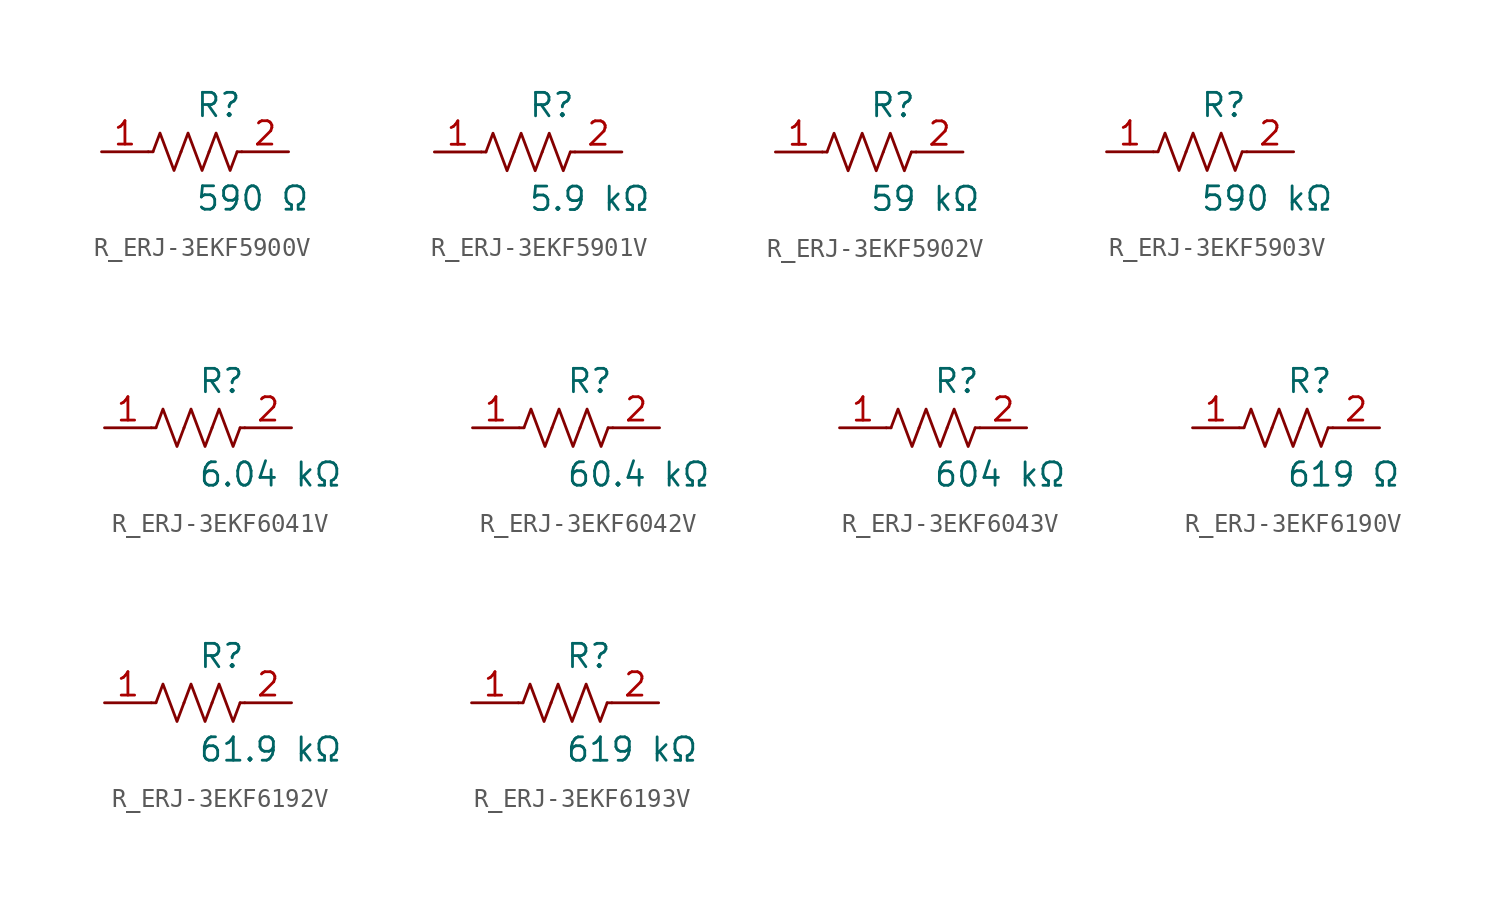
<source format=kicad_sym>
(kicad_symbol_lib
  (version 20231120)
  (generator kicad_symbol_editor)
  (generator_version 8.0)
  (symbol "R_ERJ-3EKF5900V"
    (pin_names
      (offset 0.254))
    (property "Reference" "R"
      (at 0.0 2.54 0)
      (effects (font (size 1.27 1.27)) (justify left)))
    (property "Value" "590 Ω"
      (at 0.0 -2.54 0)
      (effects (font (size 1.27 1.27)) (justify left)))
    (symbol "R_ERJ-3EKF5900V_0_1"
      (polyline (pts (xy 2.286 0) (xy 2.54 0)) (stroke (width 0) (type default)) (fill (type none)))
      (polyline (pts (xy -2.286 0) (xy -2.54 0)) (stroke (width 0) (type default)) (fill (type none)))
      (polyline (pts (xy 0.762 0) (xy 1.143 1.016) (xy 1.524 0) (xy 1.905 -1.016) (xy 2.286 0)) (stroke (width 0) (type default)) (fill (type none)))
      (polyline (pts (xy -0.762 0) (xy -0.381 1.016) (xy 0 0) (xy 0.381 -1.016) (xy 0.762 0)) (stroke (width 0) (type default)) (fill (type none)))
      (polyline (pts (xy -2.286 0) (xy -1.905 1.016) (xy -1.524 0) (xy -1.143 -1.016) (xy -0.762 0)) (stroke (width 0) (type default)) (fill (type none))))
    (pin unspecified line
      (at -5.08 0 0)
      (length 2.54)
      (name "" (effects (font (size 1.27 1.27))))
      (number "1" (effects (font (size 1.27 1.27)))))
    (pin unspecified line
      (at 5.08 0 180)
      (length 2.54)
      (name "" (effects (font (size 1.27 1.27))))
      (number "2" (effects (font (size 1.27 1.27))))))
  (symbol "R_ERJ-3EKF5901V"
    (pin_names
      (offset 0.254))
    (property "Reference" "R"
      (at 0.0 2.54 0)
      (effects (font (size 1.27 1.27)) (justify left)))
    (property "Value" "5.9 kΩ"
      (at 0.0 -2.54 0)
      (effects (font (size 1.27 1.27)) (justify left)))
    (symbol "R_ERJ-3EKF5901V_0_1"
      (polyline (pts (xy 2.286 0) (xy 2.54 0)) (stroke (width 0) (type default)) (fill (type none)))
      (polyline (pts (xy -2.286 0) (xy -2.54 0)) (stroke (width 0) (type default)) (fill (type none)))
      (polyline (pts (xy 0.762 0) (xy 1.143 1.016) (xy 1.524 0) (xy 1.905 -1.016) (xy 2.286 0)) (stroke (width 0) (type default)) (fill (type none)))
      (polyline (pts (xy -0.762 0) (xy -0.381 1.016) (xy 0 0) (xy 0.381 -1.016) (xy 0.762 0)) (stroke (width 0) (type default)) (fill (type none)))
      (polyline (pts (xy -2.286 0) (xy -1.905 1.016) (xy -1.524 0) (xy -1.143 -1.016) (xy -0.762 0)) (stroke (width 0) (type default)) (fill (type none))))
    (pin unspecified line
      (at -5.08 0 0)
      (length 2.54)
      (name "" (effects (font (size 1.27 1.27))))
      (number "1" (effects (font (size 1.27 1.27)))))
    (pin unspecified line
      (at 5.08 0 180)
      (length 2.54)
      (name "" (effects (font (size 1.27 1.27))))
      (number "2" (effects (font (size 1.27 1.27))))))
  (symbol "R_ERJ-3EKF5902V"
    (pin_names
      (offset 0.254))
    (property "Reference" "R"
      (at 0.0 2.54 0)
      (effects (font (size 1.27 1.27)) (justify left)))
    (property "Value" "59 kΩ"
      (at 0.0 -2.54 0)
      (effects (font (size 1.27 1.27)) (justify left)))
    (symbol "R_ERJ-3EKF5902V_0_1"
      (polyline (pts (xy 2.286 0) (xy 2.54 0)) (stroke (width 0) (type default)) (fill (type none)))
      (polyline (pts (xy -2.286 0) (xy -2.54 0)) (stroke (width 0) (type default)) (fill (type none)))
      (polyline (pts (xy 0.762 0) (xy 1.143 1.016) (xy 1.524 0) (xy 1.905 -1.016) (xy 2.286 0)) (stroke (width 0) (type default)) (fill (type none)))
      (polyline (pts (xy -0.762 0) (xy -0.381 1.016) (xy 0 0) (xy 0.381 -1.016) (xy 0.762 0)) (stroke (width 0) (type default)) (fill (type none)))
      (polyline (pts (xy -2.286 0) (xy -1.905 1.016) (xy -1.524 0) (xy -1.143 -1.016) (xy -0.762 0)) (stroke (width 0) (type default)) (fill (type none))))
    (pin unspecified line
      (at -5.08 0 0)
      (length 2.54)
      (name "" (effects (font (size 1.27 1.27))))
      (number "1" (effects (font (size 1.27 1.27)))))
    (pin unspecified line
      (at 5.08 0 180)
      (length 2.54)
      (name "" (effects (font (size 1.27 1.27))))
      (number "2" (effects (font (size 1.27 1.27))))))
  (symbol "R_ERJ-3EKF5903V"
    (pin_names
      (offset 0.254))
    (property "Reference" "R"
      (at 0.0 2.54 0)
      (effects (font (size 1.27 1.27)) (justify left)))
    (property "Value" "590 kΩ"
      (at 0.0 -2.54 0)
      (effects (font (size 1.27 1.27)) (justify left)))
    (symbol "R_ERJ-3EKF5903V_0_1"
      (polyline (pts (xy 2.286 0) (xy 2.54 0)) (stroke (width 0) (type default)) (fill (type none)))
      (polyline (pts (xy -2.286 0) (xy -2.54 0)) (stroke (width 0) (type default)) (fill (type none)))
      (polyline (pts (xy 0.762 0) (xy 1.143 1.016) (xy 1.524 0) (xy 1.905 -1.016) (xy 2.286 0)) (stroke (width 0) (type default)) (fill (type none)))
      (polyline (pts (xy -0.762 0) (xy -0.381 1.016) (xy 0 0) (xy 0.381 -1.016) (xy 0.762 0)) (stroke (width 0) (type default)) (fill (type none)))
      (polyline (pts (xy -2.286 0) (xy -1.905 1.016) (xy -1.524 0) (xy -1.143 -1.016) (xy -0.762 0)) (stroke (width 0) (type default)) (fill (type none))))
    (pin unspecified line
      (at -5.08 0 0)
      (length 2.54)
      (name "" (effects (font (size 1.27 1.27))))
      (number "1" (effects (font (size 1.27 1.27)))))
    (pin unspecified line
      (at 5.08 0 180)
      (length 2.54)
      (name "" (effects (font (size 1.27 1.27))))
      (number "2" (effects (font (size 1.27 1.27))))))
  (symbol "R_ERJ-3EKF6041V"
    (pin_names
      (offset 0.254))
    (property "Reference" "R"
      (at 0.0 2.54 0)
      (effects (font (size 1.27 1.27)) (justify left)))
    (property "Value" "6.04 kΩ"
      (at 0.0 -2.54 0)
      (effects (font (size 1.27 1.27)) (justify left)))
    (symbol "R_ERJ-3EKF6041V_0_1"
      (polyline (pts (xy 2.286 0) (xy 2.54 0)) (stroke (width 0) (type default)) (fill (type none)))
      (polyline (pts (xy -2.286 0) (xy -2.54 0)) (stroke (width 0) (type default)) (fill (type none)))
      (polyline (pts (xy 0.762 0) (xy 1.143 1.016) (xy 1.524 0) (xy 1.905 -1.016) (xy 2.286 0)) (stroke (width 0) (type default)) (fill (type none)))
      (polyline (pts (xy -0.762 0) (xy -0.381 1.016) (xy 0 0) (xy 0.381 -1.016) (xy 0.762 0)) (stroke (width 0) (type default)) (fill (type none)))
      (polyline (pts (xy -2.286 0) (xy -1.905 1.016) (xy -1.524 0) (xy -1.143 -1.016) (xy -0.762 0)) (stroke (width 0) (type default)) (fill (type none))))
    (pin unspecified line
      (at -5.08 0 0)
      (length 2.54)
      (name "" (effects (font (size 1.27 1.27))))
      (number "1" (effects (font (size 1.27 1.27)))))
    (pin unspecified line
      (at 5.08 0 180)
      (length 2.54)
      (name "" (effects (font (size 1.27 1.27))))
      (number "2" (effects (font (size 1.27 1.27))))))
  (symbol "R_ERJ-3EKF6042V"
    (pin_names
      (offset 0.254))
    (property "Reference" "R"
      (at 0.0 2.54 0)
      (effects (font (size 1.27 1.27)) (justify left)))
    (property "Value" "60.4 kΩ"
      (at 0.0 -2.54 0)
      (effects (font (size 1.27 1.27)) (justify left)))
    (symbol "R_ERJ-3EKF6042V_0_1"
      (polyline (pts (xy 2.286 0) (xy 2.54 0)) (stroke (width 0) (type default)) (fill (type none)))
      (polyline (pts (xy -2.286 0) (xy -2.54 0)) (stroke (width 0) (type default)) (fill (type none)))
      (polyline (pts (xy 0.762 0) (xy 1.143 1.016) (xy 1.524 0) (xy 1.905 -1.016) (xy 2.286 0)) (stroke (width 0) (type default)) (fill (type none)))
      (polyline (pts (xy -0.762 0) (xy -0.381 1.016) (xy 0 0) (xy 0.381 -1.016) (xy 0.762 0)) (stroke (width 0) (type default)) (fill (type none)))
      (polyline (pts (xy -2.286 0) (xy -1.905 1.016) (xy -1.524 0) (xy -1.143 -1.016) (xy -0.762 0)) (stroke (width 0) (type default)) (fill (type none))))
    (pin unspecified line
      (at -5.08 0 0)
      (length 2.54)
      (name "" (effects (font (size 1.27 1.27))))
      (number "1" (effects (font (size 1.27 1.27)))))
    (pin unspecified line
      (at 5.08 0 180)
      (length 2.54)
      (name "" (effects (font (size 1.27 1.27))))
      (number "2" (effects (font (size 1.27 1.27))))))
  (symbol "R_ERJ-3EKF6043V"
    (pin_names
      (offset 0.254))
    (property "Reference" "R"
      (at 0.0 2.54 0)
      (effects (font (size 1.27 1.27)) (justify left)))
    (property "Value" "604 kΩ"
      (at 0.0 -2.54 0)
      (effects (font (size 1.27 1.27)) (justify left)))
    (symbol "R_ERJ-3EKF6043V_0_1"
      (polyline (pts (xy 2.286 0) (xy 2.54 0)) (stroke (width 0) (type default)) (fill (type none)))
      (polyline (pts (xy -2.286 0) (xy -2.54 0)) (stroke (width 0) (type default)) (fill (type none)))
      (polyline (pts (xy 0.762 0) (xy 1.143 1.016) (xy 1.524 0) (xy 1.905 -1.016) (xy 2.286 0)) (stroke (width 0) (type default)) (fill (type none)))
      (polyline (pts (xy -0.762 0) (xy -0.381 1.016) (xy 0 0) (xy 0.381 -1.016) (xy 0.762 0)) (stroke (width 0) (type default)) (fill (type none)))
      (polyline (pts (xy -2.286 0) (xy -1.905 1.016) (xy -1.524 0) (xy -1.143 -1.016) (xy -0.762 0)) (stroke (width 0) (type default)) (fill (type none))))
    (pin unspecified line
      (at -5.08 0 0)
      (length 2.54)
      (name "" (effects (font (size 1.27 1.27))))
      (number "1" (effects (font (size 1.27 1.27)))))
    (pin unspecified line
      (at 5.08 0 180)
      (length 2.54)
      (name "" (effects (font (size 1.27 1.27))))
      (number "2" (effects (font (size 1.27 1.27))))))
  (symbol "R_ERJ-3EKF6190V"
    (pin_names
      (offset 0.254))
    (property "Reference" "R"
      (at 0.0 2.54 0)
      (effects (font (size 1.27 1.27)) (justify left)))
    (property "Value" "619 Ω"
      (at 0.0 -2.54 0)
      (effects (font (size 1.27 1.27)) (justify left)))
    (symbol "R_ERJ-3EKF6190V_0_1"
      (polyline (pts (xy 2.286 0) (xy 2.54 0)) (stroke (width 0) (type default)) (fill (type none)))
      (polyline (pts (xy -2.286 0) (xy -2.54 0)) (stroke (width 0) (type default)) (fill (type none)))
      (polyline (pts (xy 0.762 0) (xy 1.143 1.016) (xy 1.524 0) (xy 1.905 -1.016) (xy 2.286 0)) (stroke (width 0) (type default)) (fill (type none)))
      (polyline (pts (xy -0.762 0) (xy -0.381 1.016) (xy 0 0) (xy 0.381 -1.016) (xy 0.762 0)) (stroke (width 0) (type default)) (fill (type none)))
      (polyline (pts (xy -2.286 0) (xy -1.905 1.016) (xy -1.524 0) (xy -1.143 -1.016) (xy -0.762 0)) (stroke (width 0) (type default)) (fill (type none))))
    (pin unspecified line
      (at -5.08 0 0)
      (length 2.54)
      (name "" (effects (font (size 1.27 1.27))))
      (number "1" (effects (font (size 1.27 1.27)))))
    (pin unspecified line
      (at 5.08 0 180)
      (length 2.54)
      (name "" (effects (font (size 1.27 1.27))))
      (number "2" (effects (font (size 1.27 1.27))))))
  (symbol "R_ERJ-3EKF6192V"
    (pin_names
      (offset 0.254))
    (property "Reference" "R"
      (at 0.0 2.54 0)
      (effects (font (size 1.27 1.27)) (justify left)))
    (property "Value" "61.9 kΩ"
      (at 0.0 -2.54 0)
      (effects (font (size 1.27 1.27)) (justify left)))
    (symbol "R_ERJ-3EKF6192V_0_1"
      (polyline (pts (xy 2.286 0) (xy 2.54 0)) (stroke (width 0) (type default)) (fill (type none)))
      (polyline (pts (xy -2.286 0) (xy -2.54 0)) (stroke (width 0) (type default)) (fill (type none)))
      (polyline (pts (xy 0.762 0) (xy 1.143 1.016) (xy 1.524 0) (xy 1.905 -1.016) (xy 2.286 0)) (stroke (width 0) (type default)) (fill (type none)))
      (polyline (pts (xy -0.762 0) (xy -0.381 1.016) (xy 0 0) (xy 0.381 -1.016) (xy 0.762 0)) (stroke (width 0) (type default)) (fill (type none)))
      (polyline (pts (xy -2.286 0) (xy -1.905 1.016) (xy -1.524 0) (xy -1.143 -1.016) (xy -0.762 0)) (stroke (width 0) (type default)) (fill (type none))))
    (pin unspecified line
      (at -5.08 0 0)
      (length 2.54)
      (name "" (effects (font (size 1.27 1.27))))
      (number "1" (effects (font (size 1.27 1.27)))))
    (pin unspecified line
      (at 5.08 0 180)
      (length 2.54)
      (name "" (effects (font (size 1.27 1.27))))
      (number "2" (effects (font (size 1.27 1.27))))))
  (symbol "R_ERJ-3EKF6193V"
    (pin_names
      (offset 0.254))
    (property "Reference" "R"
      (at 0.0 2.54 0)
      (effects (font (size 1.27 1.27)) (justify left)))
    (property "Value" "619 kΩ"
      (at 0.0 -2.54 0)
      (effects (font (size 1.27 1.27)) (justify left)))
    (symbol "R_ERJ-3EKF6193V_0_1"
      (polyline (pts (xy 2.286 0) (xy 2.54 0)) (stroke (width 0) (type default)) (fill (type none)))
      (polyline (pts (xy -2.286 0) (xy -2.54 0)) (stroke (width 0) (type default)) (fill (type none)))
      (polyline (pts (xy 0.762 0) (xy 1.143 1.016) (xy 1.524 0) (xy 1.905 -1.016) (xy 2.286 0)) (stroke (width 0) (type default)) (fill (type none)))
      (polyline (pts (xy -0.762 0) (xy -0.381 1.016) (xy 0 0) (xy 0.381 -1.016) (xy 0.762 0)) (stroke (width 0) (type default)) (fill (type none)))
      (polyline (pts (xy -2.286 0) (xy -1.905 1.016) (xy -1.524 0) (xy -1.143 -1.016) (xy -0.762 0)) (stroke (width 0) (type default)) (fill (type none))))
    (pin unspecified line
      (at -5.08 0 0)
      (length 2.54)
      (name "" (effects (font (size 1.27 1.27))))
      (number "1" (effects (font (size 1.27 1.27)))))
    (pin unspecified line
      (at 5.08 0 180)
      (length 2.54)
      (name "" (effects (font (size 1.27 1.27))))
      (number "2" (effects (font (size 1.27 1.27)))))))
</source>
